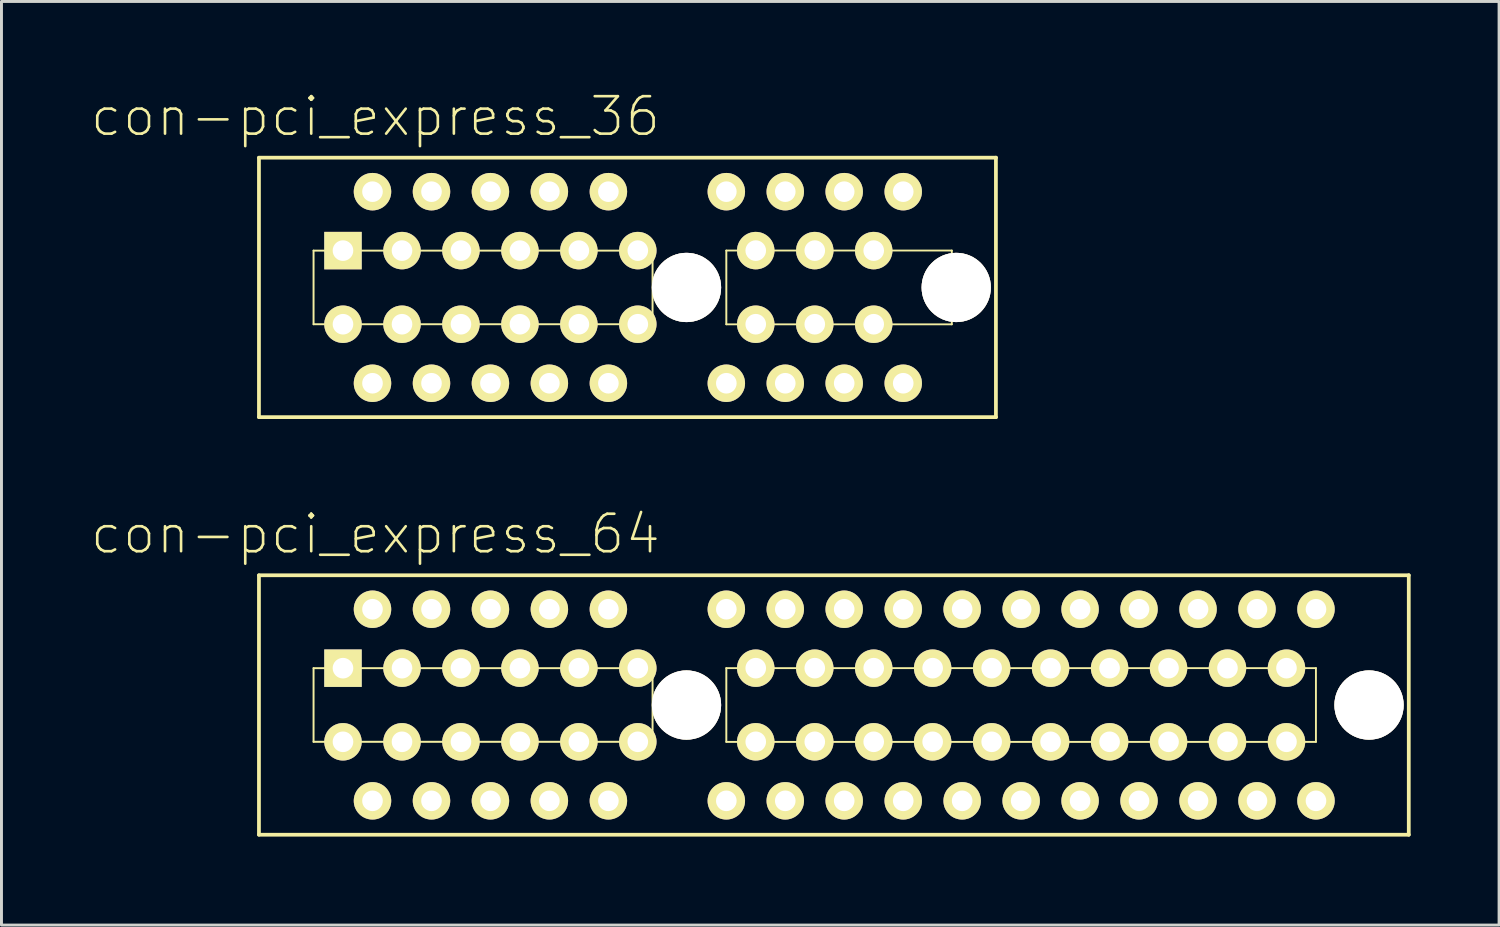
<source format=kicad_pcb>
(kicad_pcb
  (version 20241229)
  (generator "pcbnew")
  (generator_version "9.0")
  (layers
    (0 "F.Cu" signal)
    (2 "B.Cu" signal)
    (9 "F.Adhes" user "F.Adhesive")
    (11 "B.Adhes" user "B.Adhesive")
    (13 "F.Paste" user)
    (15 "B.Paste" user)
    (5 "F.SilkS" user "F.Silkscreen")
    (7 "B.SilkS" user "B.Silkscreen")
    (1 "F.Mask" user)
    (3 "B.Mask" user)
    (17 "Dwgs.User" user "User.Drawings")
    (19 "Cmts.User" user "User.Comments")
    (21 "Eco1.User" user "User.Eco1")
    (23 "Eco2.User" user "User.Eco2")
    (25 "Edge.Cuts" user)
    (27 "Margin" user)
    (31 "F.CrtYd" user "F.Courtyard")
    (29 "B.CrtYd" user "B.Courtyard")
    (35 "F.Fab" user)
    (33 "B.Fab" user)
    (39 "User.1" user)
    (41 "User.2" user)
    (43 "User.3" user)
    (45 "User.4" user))
  (footprint "con-pci_express_64"
    (layer "F.Cu")
    (at 18.583 21.112)
    (property "Reference" "con-pci_express_64" (at -8.9 -6.05 0) (layer "F.SilkS") (effects (font (size 1.27 1.27) (thickness 0.089))))
    (attr exclude_from_pos_files exclude_from_bom)
    (fp_line (start -12.85 4.148) (end -12.85 -4.648) (stroke (width 0.127) (type solid)) (layer "F.SilkS"))
    (fp_line (start -12.85 4.15) (end 26.149 4.15) (stroke (width 0.127) (type solid)) (layer "F.SilkS"))
    (fp_line (start -10.998 -1.499) (end 0.5 -1.499) (stroke (width 0.066) (type solid)) (layer "F.SilkS"))
    (fp_line (start -10.998 0.998) (end -10.998 -1.499) (stroke (width 0.066) (type solid)) (layer "F.SilkS"))
    (fp_line (start -10.998 0.998) (end 0.5 0.998) (stroke (width 0.066) (type solid)) (layer "F.SilkS"))
    (fp_line (start 0.5 0.998) (end 0.5 -1.499) (stroke (width 0.066) (type solid)) (layer "F.SilkS"))
    (fp_line (start 3 -1.501) (end 23 -1.501) (stroke (width 0.064) (type solid)) (layer "F.SilkS"))
    (fp_line (start 3.002 0.998) (end 3.002 -1.499) (stroke (width 0.066) (type solid)) (layer "F.SilkS"))
    (fp_line (start 23 1.001) (end 3 1.001) (stroke (width 0.064) (type solid)) (layer "F.SilkS"))
    (fp_line (start 23 1.001) (end 23 -1.501) (stroke (width 0.064) (type solid)) (layer "F.SilkS"))
    (fp_line (start 26.149 -4.651) (end -12.85 -4.651) (stroke (width 0.127) (type solid)) (layer "F.SilkS"))
    (fp_line (start 26.149 -4.651) (end 26.149 4.15) (stroke (width 0.127) (type solid)) (layer "F.SilkS"))
    (pad "" thru_hole circle (at 1.651 -0.249) (size 2.349 2.349) (drill 2.349) (layers "*.Cu" "F.Mask" "F.SilkS" "F.Paste"))
    (pad "" thru_hole circle (at 24.801 -0.249) (size 2.349 2.349) (drill 2.349) (layers "*.Cu" "F.Mask" "F.SilkS" "F.Paste"))
    (pad "A1" thru_hole rect (at -10 -1.499) (size 1.27 1.27) (drill 0.699) (layers "*.Cu" "F.Mask" "F.SilkS" "F.Paste"))
    (pad "A2" thru_hole circle (at -8.999 -3.498) (size 1.27 1.27) (drill 0.699) (layers "*.Cu" "F.Mask" "F.SilkS" "F.Paste"))
    (pad "A3" thru_hole circle (at -7.998 -1.499) (size 1.27 1.27) (drill 0.699) (layers "*.Cu" "F.Mask" "F.SilkS" "F.Paste"))
    (pad "A4" thru_hole circle (at -6.998 -3.498) (size 1.27 1.27) (drill 0.699) (layers "*.Cu" "F.Mask" "F.SilkS" "F.Paste"))
    (pad "A5" thru_hole circle (at -5.999 -1.499) (size 1.27 1.27) (drill 0.699) (layers "*.Cu" "F.Mask" "F.SilkS" "F.Paste"))
    (pad "A6" thru_hole circle (at -4.999 -3.498) (size 1.27 1.27) (drill 0.699) (layers "*.Cu" "F.Mask" "F.SilkS" "F.Paste"))
    (pad "A7" thru_hole circle (at -3.998 -1.499) (size 1.27 1.27) (drill 0.699) (layers "*.Cu" "F.Mask" "F.SilkS" "F.Paste"))
    (pad "A8" thru_hole circle (at -3 -3.498) (size 1.27 1.27) (drill 0.699) (layers "*.Cu" "F.Mask" "F.SilkS" "F.Paste"))
    (pad "A9" thru_hole circle (at -1.999 -1.499) (size 1.27 1.27) (drill 0.699) (layers "*.Cu" "F.Mask" "F.SilkS" "F.Paste"))
    (pad "A10" thru_hole circle (at -0.998 -3.498) (size 1.27 1.27) (drill 0.699) (layers "*.Cu" "F.Mask" "F.SilkS" "F.Paste"))
    (pad "A11" thru_hole circle (at 0 -1.499) (size 1.27 1.27) (drill 0.699) (layers "*.Cu" "F.Mask" "F.SilkS" "F.Paste"))
    (pad "A12" thru_hole circle (at 3.002 -3.498) (size 1.27 1.27) (drill 0.699) (layers "*.Cu" "F.Mask" "F.SilkS" "F.Paste"))
    (pad "A13" thru_hole circle (at 4 -1.499) (size 1.27 1.27) (drill 0.699) (layers "*.Cu" "F.Mask" "F.SilkS" "F.Paste"))
    (pad "A14" thru_hole circle (at 5.001 -3.498) (size 1.27 1.27) (drill 0.699) (layers "*.Cu" "F.Mask" "F.SilkS" "F.Paste"))
    (pad "A15" thru_hole circle (at 6.002 -1.499) (size 1.27 1.27) (drill 0.699) (layers "*.Cu" "F.Mask" "F.SilkS" "F.Paste"))
    (pad "A16" thru_hole circle (at 7 -3.498) (size 1.27 1.27) (drill 0.699) (layers "*.Cu" "F.Mask" "F.SilkS" "F.Paste"))
    (pad "A17" thru_hole circle (at 8.001 -1.499) (size 1.27 1.27) (drill 0.699) (layers "*.Cu" "F.Mask" "F.SilkS" "F.Paste"))
    (pad "A18" thru_hole circle (at 9.002 -3.498) (size 1.27 1.27) (drill 0.699) (layers "*.Cu" "F.Mask" "F.SilkS" "F.Paste"))
    (pad "A19" thru_hole circle (at 10 -1.499) (size 1.27 1.27) (drill 0.699) (layers "*.Cu" "F.Mask" "F.SilkS" "F.Paste"))
    (pad "A20" thru_hole circle (at 11.001 -3.498) (size 1.27 1.27) (drill 0.699) (layers "*.Cu" "F.Mask" "F.SilkS" "F.Paste"))
    (pad "A21" thru_hole circle (at 12.002 -1.499) (size 1.27 1.27) (drill 0.699) (layers "*.Cu" "F.Mask" "F.SilkS" "F.Paste"))
    (pad "A22" thru_hole circle (at 13.002 -3.498) (size 1.27 1.27) (drill 0.699) (layers "*.Cu" "F.Mask" "F.SilkS" "F.Paste"))
    (pad "A23" thru_hole circle (at 14 -1.499) (size 1.27 1.27) (drill 0.699) (layers "*.Cu" "F.Mask" "F.SilkS" "F.Paste"))
    (pad "A24" thru_hole circle (at 15.001 -3.498) (size 1.27 1.27) (drill 0.699) (layers "*.Cu" "F.Mask" "F.SilkS" "F.Paste"))
    (pad "A25" thru_hole circle (at 16.002 -1.499) (size 1.27 1.27) (drill 0.699) (layers "*.Cu" "F.Mask" "F.SilkS" "F.Paste"))
    (pad "A26" thru_hole circle (at 17 -3.498) (size 1.27 1.27) (drill 0.699) (layers "*.Cu" "F.Mask" "F.SilkS" "F.Paste"))
    (pad "A27" thru_hole circle (at 18.001 -1.499) (size 1.27 1.27) (drill 0.699) (layers "*.Cu" "F.Mask" "F.SilkS" "F.Paste"))
    (pad "A28" thru_hole circle (at 19.002 -3.498) (size 1.27 1.27) (drill 0.699) (layers "*.Cu" "F.Mask" "F.SilkS" "F.Paste"))
    (pad "A29" thru_hole circle (at 20 -1.499) (size 1.27 1.27) (drill 0.699) (layers "*.Cu" "F.Mask" "F.SilkS" "F.Paste"))
    (pad "A30" thru_hole circle (at 21.001 -3.498) (size 1.27 1.27) (drill 0.699) (layers "*.Cu" "F.Mask" "F.SilkS" "F.Paste"))
    (pad "A31" thru_hole circle (at 22.001 -1.499) (size 1.27 1.27) (drill 0.699) (layers "*.Cu" "F.Mask" "F.SilkS" "F.Paste"))
    (pad "A32" thru_hole circle (at 23.002 -3.498) (size 1.27 1.27) (drill 0.699) (layers "*.Cu" "F.Mask" "F.SilkS" "F.Paste"))
    (pad "B1" thru_hole circle (at -10 0.998) (size 1.27 1.27) (drill 0.699) (layers "*.Cu" "F.Mask" "F.SilkS" "F.Paste"))
    (pad "B2" thru_hole circle (at -8.999 3) (size 1.27 1.27) (drill 0.699) (layers "*.Cu" "F.Mask" "F.SilkS" "F.Paste"))
    (pad "B3" thru_hole circle (at -7.998 0.998) (size 1.27 1.27) (drill 0.699) (layers "*.Cu" "F.Mask" "F.SilkS" "F.Paste"))
    (pad "B4" thru_hole circle (at -6.998 3) (size 1.27 1.27) (drill 0.699) (layers "*.Cu" "F.Mask" "F.SilkS" "F.Paste"))
    (pad "B5" thru_hole circle (at -5.999 0.998) (size 1.27 1.27) (drill 0.699) (layers "*.Cu" "F.Mask" "F.SilkS" "F.Paste"))
    (pad "B6" thru_hole circle (at -4.999 3) (size 1.27 1.27) (drill 0.699) (layers "*.Cu" "F.Mask" "F.SilkS" "F.Paste"))
    (pad "B7" thru_hole circle (at -3.998 0.998) (size 1.27 1.27) (drill 0.699) (layers "*.Cu" "F.Mask" "F.SilkS" "F.Paste"))
    (pad "B8" thru_hole circle (at -3 3) (size 1.27 1.27) (drill 0.699) (layers "*.Cu" "F.Mask" "F.SilkS" "F.Paste"))
    (pad "B9" thru_hole circle (at -1.999 0.998) (size 1.27 1.27) (drill 0.699) (layers "*.Cu" "F.Mask" "F.SilkS" "F.Paste"))
    (pad "B10" thru_hole circle (at -0.998 3) (size 1.27 1.27) (drill 0.699) (layers "*.Cu" "F.Mask" "F.SilkS" "F.Paste"))
    (pad "B11" thru_hole circle (at 0 0.998) (size 1.27 1.27) (drill 0.699) (layers "*.Cu" "F.Mask" "F.SilkS" "F.Paste"))
    (pad "B12" thru_hole circle (at 3.002 3) (size 1.27 1.27) (drill 0.699) (layers "*.Cu" "F.Mask" "F.SilkS" "F.Paste"))
    (pad "B13" thru_hole circle (at 4 0.998) (size 1.27 1.27) (drill 0.699) (layers "*.Cu" "F.Mask" "F.SilkS" "F.Paste"))
    (pad "B14" thru_hole circle (at 5.001 3) (size 1.27 1.27) (drill 0.699) (layers "*.Cu" "F.Mask" "F.SilkS" "F.Paste"))
    (pad "B15" thru_hole circle (at 6.002 0.998) (size 1.27 1.27) (drill 0.699) (layers "*.Cu" "F.Mask" "F.SilkS" "F.Paste"))
    (pad "B16" thru_hole circle (at 7 3) (size 1.27 1.27) (drill 0.699) (layers "*.Cu" "F.Mask" "F.SilkS" "F.Paste"))
    (pad "B17" thru_hole circle (at 8.001 0.998) (size 1.27 1.27) (drill 0.699) (layers "*.Cu" "F.Mask" "F.SilkS" "F.Paste"))
    (pad "B18" thru_hole circle (at 9.002 3) (size 1.27 1.27) (drill 0.699) (layers "*.Cu" "F.Mask" "F.SilkS" "F.Paste"))
    (pad "B19" thru_hole circle (at 10 0.998) (size 1.27 1.27) (drill 0.699) (layers "*.Cu" "F.Mask" "F.SilkS" "F.Paste"))
    (pad "B20" thru_hole circle (at 11.001 3) (size 1.27 1.27) (drill 0.699) (layers "*.Cu" "F.Mask" "F.SilkS" "F.Paste"))
    (pad "B21" thru_hole circle (at 12.002 0.998) (size 1.27 1.27) (drill 0.699) (layers "*.Cu" "F.Mask" "F.SilkS" "F.Paste"))
    (pad "B22" thru_hole circle (at 13.002 3) (size 1.27 1.27) (drill 0.699) (layers "*.Cu" "F.Mask" "F.SilkS" "F.Paste"))
    (pad "B23" thru_hole circle (at 14 0.998) (size 1.27 1.27) (drill 0.699) (layers "*.Cu" "F.Mask" "F.SilkS" "F.Paste"))
    (pad "B24" thru_hole circle (at 15.001 3) (size 1.27 1.27) (drill 0.699) (layers "*.Cu" "F.Mask" "F.SilkS" "F.Paste"))
    (pad "B25" thru_hole circle (at 16.002 0.998) (size 1.27 1.27) (drill 0.699) (layers "*.Cu" "F.Mask" "F.SilkS" "F.Paste"))
    (pad "B26" thru_hole circle (at 17 3) (size 1.27 1.27) (drill 0.699) (layers "*.Cu" "F.Mask" "F.SilkS" "F.Paste"))
    (pad "B27" thru_hole circle (at 18.001 0.998) (size 1.27 1.27) (drill 0.699) (layers "*.Cu" "F.Mask" "F.SilkS" "F.Paste"))
    (pad "B28" thru_hole circle (at 19.002 3) (size 1.27 1.27) (drill 0.699) (layers "*.Cu" "F.Mask" "F.SilkS" "F.Paste"))
    (pad "B29" thru_hole circle (at 20 0.998) (size 1.27 1.27) (drill 0.699) (layers "*.Cu" "F.Mask" "F.SilkS" "F.Paste"))
    (pad "B30" thru_hole circle (at 21.001 3) (size 1.27 1.27) (drill 0.699) (layers "*.Cu" "F.Mask" "F.SilkS" "F.Paste"))
    (pad "B31" thru_hole circle (at 22.001 0.998) (size 1.27 1.27) (drill 0.699) (layers "*.Cu" "F.Mask" "F.SilkS" "F.Paste"))
    (pad "B32" thru_hole circle (at 23.002 3) (size 1.27 1.27) (drill 0.699) (layers "*.Cu" "F.Mask" "F.SilkS" "F.Paste")))
  (footprint "con-pci_express_36"
    (layer "F.Cu")
    (at 18.583 6.949)
    (property "Reference" "con-pci_express_36" (at -8.9 -6.05 0) (layer "F.SilkS") (effects (font (size 1.27 1.27) (thickness 0.089))))
    (attr exclude_from_pos_files exclude_from_bom)
    (fp_line (start -12.85 -4.651) (end 12.149 -4.651) (stroke (width 0.127) (type solid)) (layer "F.SilkS"))
    (fp_line (start -12.85 4.148) (end -12.85 -4.648) (stroke (width 0.127) (type solid)) (layer "F.SilkS"))
    (fp_line (start -12.85 4.15) (end 12.149 4.15) (stroke (width 0.127) (type solid)) (layer "F.SilkS"))
    (fp_line (start -10.998 -1.499) (end 0.5 -1.499) (stroke (width 0.066) (type solid)) (layer "F.SilkS"))
    (fp_line (start -10.998 0.998) (end -10.998 -1.499) (stroke (width 0.066) (type solid)) (layer "F.SilkS"))
    (fp_line (start -10.998 0.998) (end 0.5 0.998) (stroke (width 0.066) (type solid)) (layer "F.SilkS"))
    (fp_line (start 0.5 0.998) (end 0.5 -1.499) (stroke (width 0.066) (type solid)) (layer "F.SilkS"))
    (fp_line (start 3 -1.501) (end 10.65 -1.501) (stroke (width 0.064) (type solid)) (layer "F.SilkS"))
    (fp_line (start 3.002 0.998) (end 3.002 -1.499) (stroke (width 0.066) (type solid)) (layer "F.SilkS"))
    (fp_line (start 10.65 1.001) (end 3 1.001) (stroke (width 0.064) (type solid)) (layer "F.SilkS"))
    (fp_line (start 10.65 1.001) (end 10.65 -1.501) (stroke (width 0.064) (type solid)) (layer "F.SilkS"))
    (fp_line (start 12.146 -4.651) (end 12.146 4.15) (stroke (width 0.127) (type solid)) (layer "F.SilkS"))
    (pad "" thru_hole circle (at 1.651 -0.249) (size 2.349 2.349) (drill 2.349) (layers "*.Cu" "F.Mask" "F.SilkS" "F.Paste"))
    (pad "" thru_hole circle (at 10.8 -0.249) (size 2.349 2.349) (drill 2.349) (layers "*.Cu" "F.Mask" "F.SilkS" "F.Paste"))
    (pad "A1" thru_hole rect (at -10 -1.499) (size 1.27 1.27) (drill 0.699) (layers "*.Cu" "F.Mask" "F.SilkS" "F.Paste"))
    (pad "A2" thru_hole circle (at -8.999 -3.498) (size 1.27 1.27) (drill 0.699) (layers "*.Cu" "F.Mask" "F.SilkS" "F.Paste"))
    (pad "A3" thru_hole circle (at -7.998 -1.499) (size 1.27 1.27) (drill 0.699) (layers "*.Cu" "F.Mask" "F.SilkS" "F.Paste"))
    (pad "A4" thru_hole circle (at -6.998 -3.498) (size 1.27 1.27) (drill 0.699) (layers "*.Cu" "F.Mask" "F.SilkS" "F.Paste"))
    (pad "A5" thru_hole circle (at -5.999 -1.499) (size 1.27 1.27) (drill 0.699) (layers "*.Cu" "F.Mask" "F.SilkS" "F.Paste"))
    (pad "A6" thru_hole circle (at -4.999 -3.498) (size 1.27 1.27) (drill 0.699) (layers "*.Cu" "F.Mask" "F.SilkS" "F.Paste"))
    (pad "A7" thru_hole circle (at -3.998 -1.499) (size 1.27 1.27) (drill 0.699) (layers "*.Cu" "F.Mask" "F.SilkS" "F.Paste"))
    (pad "A8" thru_hole circle (at -3 -3.498) (size 1.27 1.27) (drill 0.699) (layers "*.Cu" "F.Mask" "F.SilkS" "F.Paste"))
    (pad "A9" thru_hole circle (at -1.999 -1.499) (size 1.27 1.27) (drill 0.699) (layers "*.Cu" "F.Mask" "F.SilkS" "F.Paste"))
    (pad "A10" thru_hole circle (at -0.998 -3.498) (size 1.27 1.27) (drill 0.699) (layers "*.Cu" "F.Mask" "F.SilkS" "F.Paste"))
    (pad "A11" thru_hole circle (at 0 -1.499) (size 1.27 1.27) (drill 0.699) (layers "*.Cu" "F.Mask" "F.SilkS" "F.Paste"))
    (pad "A12" thru_hole circle (at 3.002 -3.498) (size 1.27 1.27) (drill 0.699) (layers "*.Cu" "F.Mask" "F.SilkS" "F.Paste"))
    (pad "A13" thru_hole circle (at 4 -1.499) (size 1.27 1.27) (drill 0.699) (layers "*.Cu" "F.Mask" "F.SilkS" "F.Paste"))
    (pad "A14" thru_hole circle (at 5.001 -3.498) (size 1.27 1.27) (drill 0.699) (layers "*.Cu" "F.Mask" "F.SilkS" "F.Paste"))
    (pad "A15" thru_hole circle (at 6.002 -1.499) (size 1.27 1.27) (drill 0.699) (layers "*.Cu" "F.Mask" "F.SilkS" "F.Paste"))
    (pad "A16" thru_hole circle (at 7 -3.498) (size 1.27 1.27) (drill 0.699) (layers "*.Cu" "F.Mask" "F.SilkS" "F.Paste"))
    (pad "A17" thru_hole circle (at 8.001 -1.499) (size 1.27 1.27) (drill 0.699) (layers "*.Cu" "F.Mask" "F.SilkS" "F.Paste"))
    (pad "A18" thru_hole circle (at 9.002 -3.498) (size 1.27 1.27) (drill 0.699) (layers "*.Cu" "F.Mask" "F.SilkS" "F.Paste"))
    (pad "B1" thru_hole circle (at -10 0.998) (size 1.27 1.27) (drill 0.699) (layers "*.Cu" "F.Mask" "F.SilkS" "F.Paste"))
    (pad "B2" thru_hole circle (at -8.999 3) (size 1.27 1.27) (drill 0.699) (layers "*.Cu" "F.Mask" "F.SilkS" "F.Paste"))
    (pad "B3" thru_hole circle (at -7.998 0.998) (size 1.27 1.27) (drill 0.699) (layers "*.Cu" "F.Mask" "F.SilkS" "F.Paste"))
    (pad "B4" thru_hole circle (at -6.998 3) (size 1.27 1.27) (drill 0.699) (layers "*.Cu" "F.Mask" "F.SilkS" "F.Paste"))
    (pad "B5" thru_hole circle (at -5.999 0.998) (size 1.27 1.27) (drill 0.699) (layers "*.Cu" "F.Mask" "F.SilkS" "F.Paste"))
    (pad "B6" thru_hole circle (at -4.999 3) (size 1.27 1.27) (drill 0.699) (layers "*.Cu" "F.Mask" "F.SilkS" "F.Paste"))
    (pad "B7" thru_hole circle (at -3.998 0.998) (size 1.27 1.27) (drill 0.699) (layers "*.Cu" "F.Mask" "F.SilkS" "F.Paste"))
    (pad "B8" thru_hole circle (at -3 3) (size 1.27 1.27) (drill 0.699) (layers "*.Cu" "F.Mask" "F.SilkS" "F.Paste"))
    (pad "B9" thru_hole circle (at -1.999 0.998) (size 1.27 1.27) (drill 0.699) (layers "*.Cu" "F.Mask" "F.SilkS" "F.Paste"))
    (pad "B10" thru_hole circle (at -0.998 3) (size 1.27 1.27) (drill 0.699) (layers "*.Cu" "F.Mask" "F.SilkS" "F.Paste"))
    (pad "B11" thru_hole circle (at 0 0.998) (size 1.27 1.27) (drill 0.699) (layers "*.Cu" "F.Mask" "F.SilkS" "F.Paste"))
    (pad "B12" thru_hole circle (at 3.002 3) (size 1.27 1.27) (drill 0.699) (layers "*.Cu" "F.Mask" "F.SilkS" "F.Paste"))
    (pad "B13" thru_hole circle (at 4 0.998) (size 1.27 1.27) (drill 0.699) (layers "*.Cu" "F.Mask" "F.SilkS" "F.Paste"))
    (pad "B14" thru_hole circle (at 5.001 3) (size 1.27 1.27) (drill 0.699) (layers "*.Cu" "F.Mask" "F.SilkS" "F.Paste"))
    (pad "B15" thru_hole circle (at 6.002 0.998) (size 1.27 1.27) (drill 0.699) (layers "*.Cu" "F.Mask" "F.SilkS" "F.Paste"))
    (pad "B16" thru_hole circle (at 7 3) (size 1.27 1.27) (drill 0.699) (layers "*.Cu" "F.Mask" "F.SilkS" "F.Paste"))
    (pad "B17" thru_hole circle (at 8.001 0.998) (size 1.27 1.27) (drill 0.699) (layers "*.Cu" "F.Mask" "F.SilkS" "F.Paste"))
    (pad "B18" thru_hole circle (at 9.002 3) (size 1.27 1.27) (drill 0.699) (layers "*.Cu" "F.Mask" "F.SilkS" "F.Paste")))
  (gr_rect
    (start -3 -3)
    (end 47.795 28.326)
    (stroke (width 0.1) (type default))
    (fill no)
    (layer "Edge.Cuts")))
</source>
